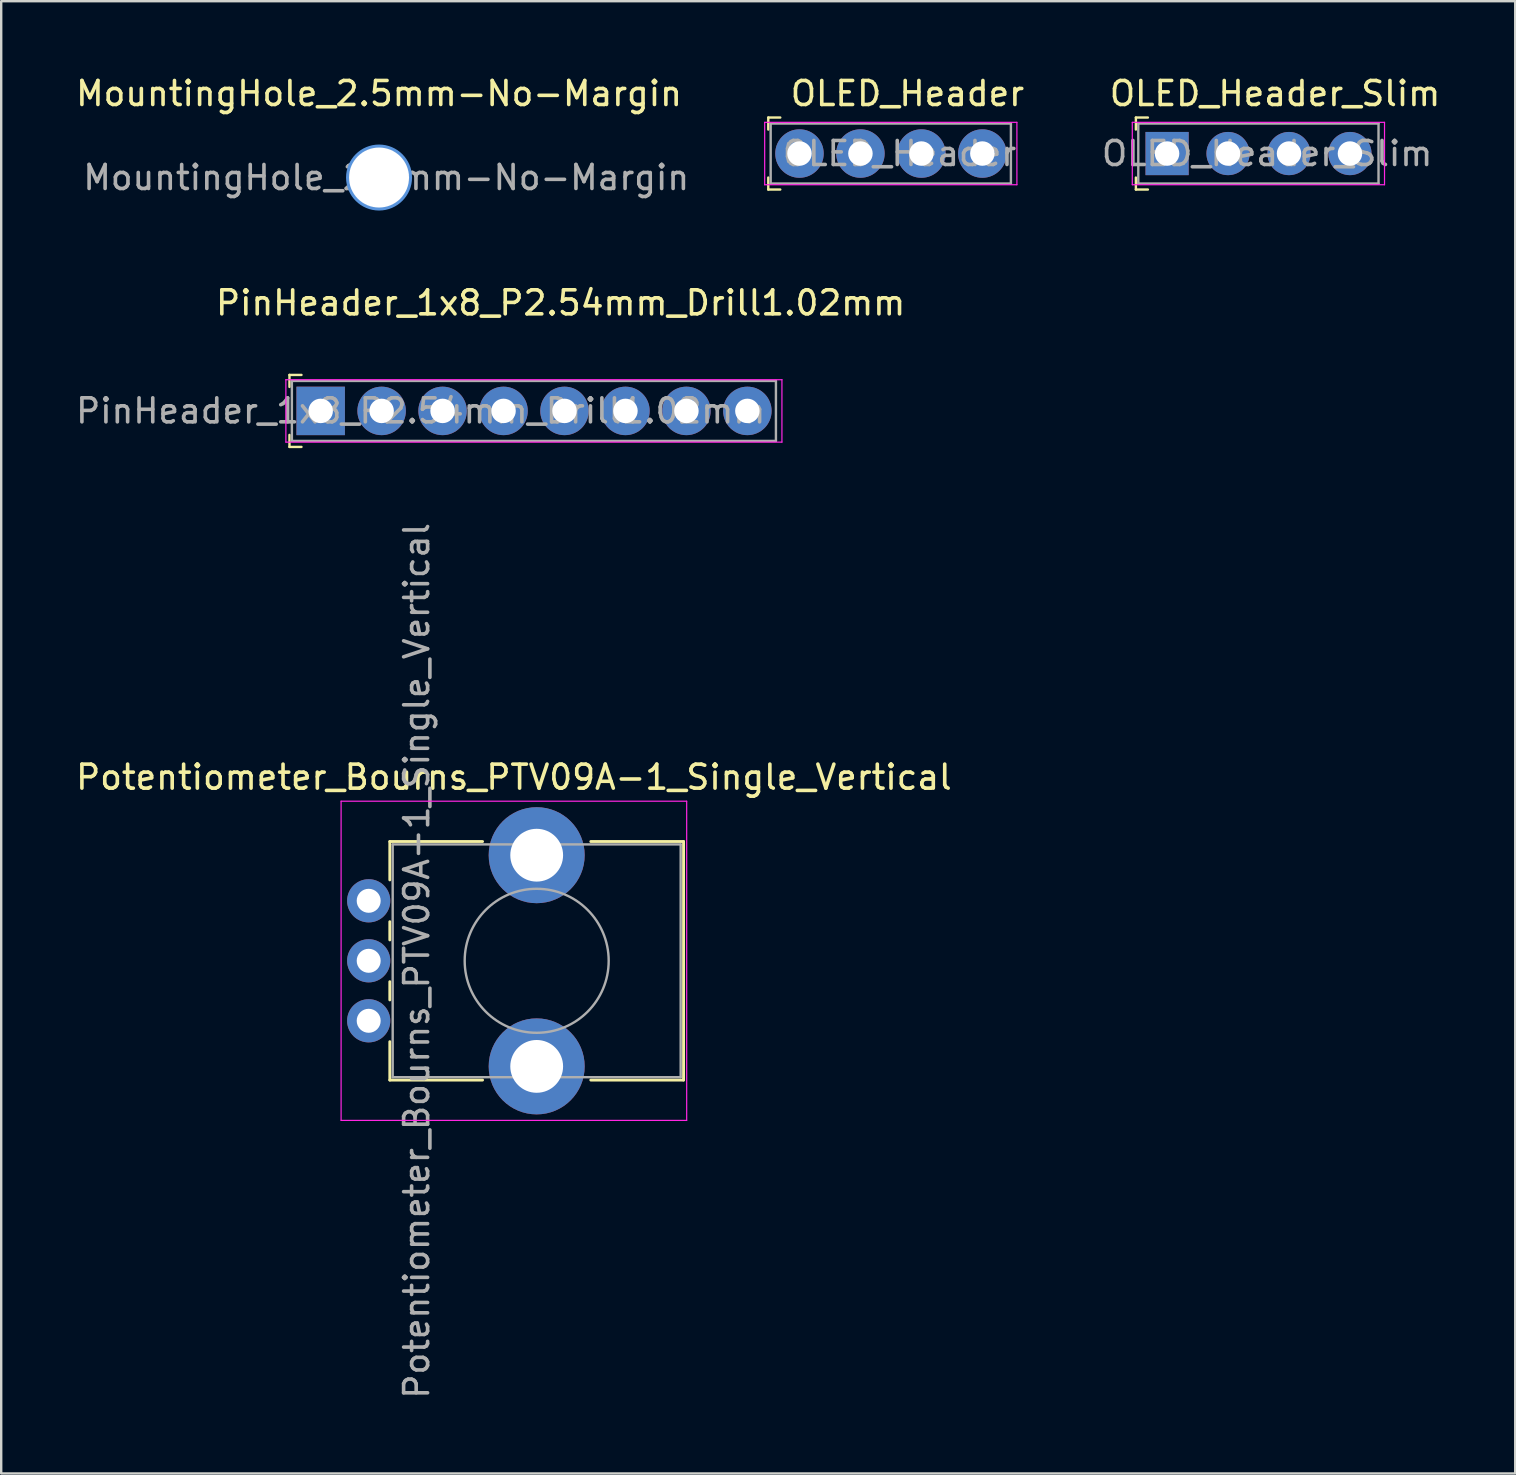
<source format=kicad_pcb>
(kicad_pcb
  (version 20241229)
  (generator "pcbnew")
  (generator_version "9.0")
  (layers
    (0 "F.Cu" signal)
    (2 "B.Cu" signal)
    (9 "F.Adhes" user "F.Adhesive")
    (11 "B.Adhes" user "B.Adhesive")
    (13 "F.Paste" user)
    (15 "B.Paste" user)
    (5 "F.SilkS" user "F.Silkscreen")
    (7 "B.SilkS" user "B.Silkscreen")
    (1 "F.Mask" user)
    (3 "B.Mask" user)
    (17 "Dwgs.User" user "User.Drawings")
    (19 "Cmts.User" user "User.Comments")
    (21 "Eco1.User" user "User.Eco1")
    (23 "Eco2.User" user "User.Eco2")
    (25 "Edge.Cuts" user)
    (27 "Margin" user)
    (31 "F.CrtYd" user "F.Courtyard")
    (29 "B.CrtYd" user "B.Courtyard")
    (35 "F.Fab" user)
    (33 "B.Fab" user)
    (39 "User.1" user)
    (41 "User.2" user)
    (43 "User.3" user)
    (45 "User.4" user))
  (footprint "PinHeader_1x8_P2.54mm_Drill1.02mm"
    (layer "F.Cu")
    (at 10.312 14.072)
    (property "Reference" "PinHeader_1x8_P2.54mm_Drill1.02mm" (at 10 -4.5 0) (layer "F.SilkS") (effects (font (size 1 1) (thickness 0.15))))
    (attr through_hole)
    (fp_line (start -1.3 -1.5) (end -1.3 -1) (stroke (width 0.1) (type solid)) (layer "F.SilkS"))
    (fp_line (start -1.3 -1.5) (end -0.8 -1.5) (stroke (width 0.1) (type solid)) (layer "F.SilkS"))
    (fp_line (start -1.3 1.5) (end -1.3 1) (stroke (width 0.1) (type solid)) (layer "F.SilkS"))
    (fp_line (start -1.3 1.5) (end -0.8 1.5) (stroke (width 0.1) (type solid)) (layer "F.SilkS"))
    (fp_line (start -1.45 -1.3) (end -1.45 1.3) (stroke (width 0.05) (type solid)) (layer "F.CrtYd"))
    (fp_line (start 19.22 -1.3) (end -1.45 -1.3) (stroke (width 0.05) (type solid)) (layer "F.CrtYd"))
    (fp_line (start 19.22 -1.3) (end 19.22 1.3) (stroke (width 0.05) (type solid)) (layer "F.CrtYd"))
    (fp_line (start 19.22 1.3) (end -1.45 1.3) (stroke (width 0.05) (type solid)) (layer "F.CrtYd"))
    (fp_line (start -1.2 -1.25) (end -1.2 1.25) (stroke (width 0.1) (type solid)) (layer "F.Fab"))
    (fp_line (start -1.2 -1.25) (end 18.97 -1.25) (stroke (width 0.1) (type solid)) (layer "F.Fab"))
    (fp_line (start -1.2 1.25) (end 18.97 1.25) (stroke (width 0.1) (type solid)) (layer "F.Fab"))
    (fp_line (start 18.97 -1.25) (end 18.97 1.25) (stroke (width 0.1) (type solid)) (layer "F.Fab"))
    (fp_text user "${REFERENCE}" (at 4.17 0 0) (layer "F.Fab") (effects (font (size 1 1) (thickness 0.15))))
    (pad "1" thru_hole rect (at 0 0) (size 2.02 2.02) (drill 1.02) (layers "*.Cu" "*.Mask"))
    (pad "2" thru_hole circle (at 2.54 0) (size 2.02 2.02) (drill 1.02) (layers "*.Cu" "*.Mask"))
    (pad "3" thru_hole circle (at 5.08 0) (size 2.02 2.02) (drill 1.02) (layers "*.Cu" "*.Mask"))
    (pad "4" thru_hole circle (at 7.62 0) (size 2.02 2.02) (drill 1.02) (layers "*.Cu" "*.Mask"))
    (pad "5" thru_hole circle (at 10.16 0) (size 2.02 2.02) (drill 1.02) (layers "*.Cu" "*.Mask"))
    (pad "6" thru_hole circle (at 12.7 0) (size 2.02 2.02) (drill 1.02) (layers "*.Cu" "*.Mask"))
    (pad "7" thru_hole circle (at 15.24 0) (size 2.02 2.02) (drill 1.02) (layers "*.Cu" "*.Mask"))
    (pad "8" thru_hole circle (at 17.78 0) (size 2.02 2.02) (drill 1.02) (layers "*.Cu" "*.Mask")))
  (footprint "MountingHole_2.5mm-No-Margin"
    (layer "F.Cu")
    (at 12.744 4.348)
    (property "Reference" "MountingHole_2.5mm-No-Margin" (at 0 -3.5 0) (layer "F.SilkS") (effects (font (size 1 1) (thickness 0.15))))
    (attr exclude_from_pos_files exclude_from_bom)
    (fp_circle (center 0 0) (end 1.3 0) (stroke (width 0.15) (type solid)) (fill no) (layer "Cmts.User"))
    (fp_text user "${REFERENCE}" (at 0.3 0 0) (layer "F.Fab") (effects (font (size 1 1) (thickness 0.15))))
    (pad "" np_thru_hole circle (at 0 0) (size 2.5 2.5) (drill 2.5) (layers "*.Cu" "*.Mask")))
  (footprint "Potentiometer_Bourns_PTV09A-1_Single_Vertical"
    (layer "F.Cu")
    (at 19.313 36.985)
    (property "Reference" "Potentiometer_Bourns_PTV09A-1_Single_Vertical" (at -0.95 -7.65 0) (layer "F.SilkS") (effects (font (size 1 1) (thickness 0.15))))
    (attr through_hole)
    (fp_line (start -6.12 -4.97) (end -6.12 -3.371) (stroke (width 0.12) (type solid)) (layer "F.SilkS"))
    (fp_line (start -6.12 -4.97) (end -2.255 -4.97) (stroke (width 0.12) (type solid)) (layer "F.SilkS"))
    (fp_line (start -6.12 -1.629) (end -6.12 -0.87) (stroke (width 0.12) (type solid)) (layer "F.SilkS"))
    (fp_line (start -6.12 0.871) (end -6.12 1.63) (stroke (width 0.12) (type solid)) (layer "F.SilkS"))
    (fp_line (start -6.12 3.37) (end -6.12 4.97) (stroke (width 0.12) (type solid)) (layer "F.SilkS"))
    (fp_line (start -6.12 4.97) (end -2.255 4.97) (stroke (width 0.12) (type solid)) (layer "F.SilkS"))
    (fp_line (start 2.255 -4.97) (end 6.12 -4.97) (stroke (width 0.12) (type solid)) (layer "F.SilkS"))
    (fp_line (start 2.255 4.97) (end 6.12 4.97) (stroke (width 0.12) (type solid)) (layer "F.SilkS"))
    (fp_line (start 6.12 -4.97) (end 6.12 4.97) (stroke (width 0.12) (type solid)) (layer "F.SilkS"))
    (fp_line (start -8.15 -6.65) (end -8.15 6.65) (stroke (width 0.05) (type solid)) (layer "F.CrtYd"))
    (fp_line (start -8.15 6.65) (end 6.25 6.65) (stroke (width 0.05) (type solid)) (layer "F.CrtYd"))
    (fp_line (start 6.25 -6.65) (end -8.15 -6.65) (stroke (width 0.05) (type solid)) (layer "F.CrtYd"))
    (fp_line (start 6.25 6.65) (end 6.25 -6.65) (stroke (width 0.05) (type solid)) (layer "F.CrtYd"))
    (fp_line (start -6 -4.85) (end -6 4.85) (stroke (width 0.1) (type solid)) (layer "F.Fab"))
    (fp_line (start -6 4.85) (end 6 4.85) (stroke (width 0.1) (type solid)) (layer "F.Fab"))
    (fp_line (start 6 -4.85) (end -6 -4.85) (stroke (width 0.1) (type solid)) (layer "F.Fab"))
    (fp_line (start 6 4.85) (end 6 -4.85) (stroke (width 0.1) (type solid)) (layer "F.Fab"))
    (fp_circle (center 0 0) (end 3 0) (stroke (width 0.1) (type solid)) (fill no) (layer "F.Fab"))
    (fp_text user "${REFERENCE}" (at -5 0 90) (layer "F.Fab") (effects (font (size 1 1) (thickness 0.15))))
    (pad "" np_thru_hole circle (at 0 -4.4) (size 4 4) (drill 2.2) (layers "*.Cu" "*.Mask"))
    (pad "" np_thru_hole circle (at 0 4.4) (size 4 4) (drill 2.2) (layers "*.Cu" "*.Mask"))
    (pad "1" thru_hole circle (at -7 2.5) (size 1.8 1.8) (drill 1) (layers "*.Cu" "*.Mask"))
    (pad "2" thru_hole circle (at -7 0) (size 1.8 1.8) (drill 1) (layers "*.Cu" "*.Mask"))
    (pad "3" thru_hole circle (at -7 -2.5) (size 1.8 1.8) (drill 1) (layers "*.Cu" "*.Mask")))
  (footprint "OLED_Header"
    (layer "F.Cu")
    (at 30.263 3.348)
    (property "Reference" "OLED_Header" (at 4.5 -2.5 0) (layer "F.SilkS") (effects (font (size 1 1) (thickness 0.15))))
    (attr through_hole)
    (fp_line (start -1.3 -1.5) (end -1.3 -1) (stroke (width 0.1) (type solid)) (layer "F.SilkS"))
    (fp_line (start -1.3 -1.5) (end -0.8 -1.5) (stroke (width 0.1) (type solid)) (layer "F.SilkS"))
    (fp_line (start -1.3 1.5) (end -1.3 1) (stroke (width 0.1) (type solid)) (layer "F.SilkS"))
    (fp_line (start -1.3 1.5) (end -0.8 1.5) (stroke (width 0.1) (type solid)) (layer "F.SilkS"))
    (fp_line (start -1.45 -1.3) (end -1.45 1.3) (stroke (width 0.05) (type solid)) (layer "F.CrtYd"))
    (fp_line (start 9.06 -1.3) (end -1.45 -1.3) (stroke (width 0.05) (type solid)) (layer "F.CrtYd"))
    (fp_line (start 9.06 -1.3) (end 9.06 1.3) (stroke (width 0.05) (type solid)) (layer "F.CrtYd"))
    (fp_line (start 9.06 1.3) (end -1.45 1.3) (stroke (width 0.05) (type solid)) (layer "F.CrtYd"))
    (fp_line (start -1.2 -1.25) (end -1.2 1.25) (stroke (width 0.1) (type solid)) (layer "F.Fab"))
    (fp_line (start -1.2 -1.25) (end 8.81 -1.25) (stroke (width 0.1) (type solid)) (layer "F.Fab"))
    (fp_line (start -1.2 1.25) (end 8.81 1.25) (stroke (width 0.1) (type solid)) (layer "F.Fab"))
    (fp_line (start 8.81 -1.25) (end 8.81 1.25) (stroke (width 0.1) (type solid)) (layer "F.Fab"))
    (fp_text user "${REFERENCE}" (at 4.17 0 0) (layer "F.Fab") (effects (font (size 1 1) (thickness 0.15))))
    (pad "1" thru_hole circle (at 0 0) (size 2.02 2.02) (drill 1.02) (layers "*.Cu" "*.Mask"))
    (pad "2" thru_hole circle (at 2.54 0) (size 2.02 2.02) (drill 1.02) (layers "*.Cu" "*.Mask"))
    (pad "3" thru_hole circle (at 5.08 0) (size 2.02 2.02) (drill 1.02) (layers "*.Cu" "*.Mask"))
    (pad "4" thru_hole circle (at 7.62 0) (size 2.02 2.02) (drill 1.02) (layers "*.Cu" "*.Mask")))
  (footprint "OLED_Header_Slim"
    (layer "F.Cu")
    (at 45.581 3.348)
    (property "Reference" "OLED_Header_Slim" (at 4.5 -2.5 0) (layer "F.SilkS") (effects (font (size 1 1) (thickness 0.15))))
    (attr through_hole)
    (fp_line (start -1.3 -1.5) (end -1.3 -1) (stroke (width 0.1) (type solid)) (layer "F.SilkS"))
    (fp_line (start -1.3 -1.5) (end -0.8 -1.5) (stroke (width 0.1) (type solid)) (layer "F.SilkS"))
    (fp_line (start -1.3 1.5) (end -1.3 1) (stroke (width 0.1) (type solid)) (layer "F.SilkS"))
    (fp_line (start -1.3 1.5) (end -0.8 1.5) (stroke (width 0.1) (type solid)) (layer "F.SilkS"))
    (fp_line (start -1.45 -1.3) (end -1.45 1.3) (stroke (width 0.05) (type solid)) (layer "F.CrtYd"))
    (fp_line (start 9.06 -1.3) (end -1.45 -1.3) (stroke (width 0.05) (type solid)) (layer "F.CrtYd"))
    (fp_line (start 9.06 -1.3) (end 9.06 1.3) (stroke (width 0.05) (type solid)) (layer "F.CrtYd"))
    (fp_line (start 9.06 1.3) (end -1.45 1.3) (stroke (width 0.05) (type solid)) (layer "F.CrtYd"))
    (fp_line (start -1.2 -1.25) (end -1.2 1.25) (stroke (width 0.1) (type solid)) (layer "F.Fab"))
    (fp_line (start -1.2 -1.25) (end 8.81 -1.25) (stroke (width 0.1) (type solid)) (layer "F.Fab"))
    (fp_line (start -1.2 1.25) (end 8.81 1.25) (stroke (width 0.1) (type solid)) (layer "F.Fab"))
    (fp_line (start 8.81 -1.25) (end 8.81 1.25) (stroke (width 0.1) (type solid)) (layer "F.Fab"))
    (fp_text user "${REFERENCE}" (at 4.17 0 0) (layer "F.Fab") (effects (font (size 1 1) (thickness 0.15))))
    (pad "1" thru_hole rect (at 0 0) (size 1.8 1.8) (drill 1.02) (layers "*.Cu" "*.Mask"))
    (pad "2" thru_hole circle (at 2.54 0) (size 1.8 1.8) (drill 1.02) (layers "*.Cu" "*.Mask"))
    (pad "3" thru_hole circle (at 5.08 0) (size 1.8 1.8) (drill 1.02) (layers "*.Cu" "*.Mask"))
    (pad "4" thru_hole circle (at 7.62 0) (size 1.8 1.8) (drill 1.02) (layers "*.Cu" "*.Mask")))
  (gr_rect
    (start -3 -3)
    (end 60.087 58.348)
    (stroke (width 0.1) (type default))
    (fill no)
    (layer "Edge.Cuts")))
</source>
